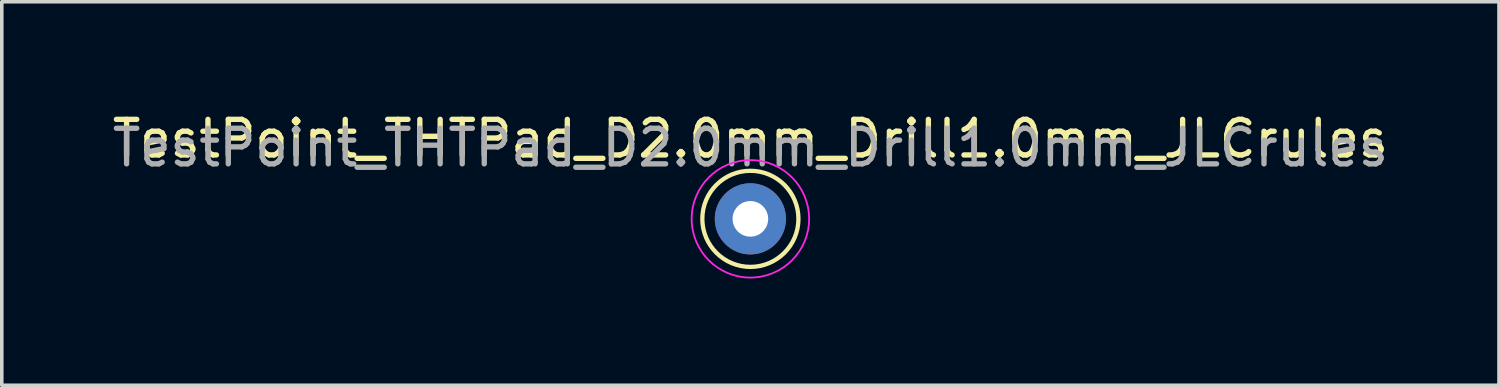
<source format=kicad_pcb>
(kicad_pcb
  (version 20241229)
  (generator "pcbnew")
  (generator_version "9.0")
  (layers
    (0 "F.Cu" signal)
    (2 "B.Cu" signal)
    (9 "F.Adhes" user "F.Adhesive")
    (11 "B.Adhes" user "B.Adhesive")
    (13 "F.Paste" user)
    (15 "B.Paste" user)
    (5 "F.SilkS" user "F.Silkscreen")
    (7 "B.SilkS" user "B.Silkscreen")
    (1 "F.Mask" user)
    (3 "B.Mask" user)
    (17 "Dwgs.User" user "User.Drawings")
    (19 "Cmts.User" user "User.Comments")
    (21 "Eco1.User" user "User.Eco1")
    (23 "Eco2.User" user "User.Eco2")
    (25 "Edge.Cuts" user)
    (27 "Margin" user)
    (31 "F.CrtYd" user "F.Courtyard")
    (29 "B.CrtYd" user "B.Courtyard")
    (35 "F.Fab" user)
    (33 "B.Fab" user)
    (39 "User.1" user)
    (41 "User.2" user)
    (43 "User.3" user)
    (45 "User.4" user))
  (footprint "TestPoint_THTPad_D2.0mm_Drill1.0mm_JLCrules"
    (layer "F.Cu")
    (at 18.03 3.098)
    (property "Reference" "TestPoint_THTPad_D2.0mm_Drill1.0mm_JLCrules" (at 0 -2.25 0) (layer "F.SilkS") (effects (font (size 1 1) (thickness 0.15))))
    (attr exclude_from_pos_files exclude_from_bom)
    (fp_circle (center 0 0) (end 1.35 0) (stroke (width 0.12) (type solid)) (fill no) (layer "F.SilkS"))
    (fp_circle (center 0 0) (end 1.65 0) (stroke (width 0.05) (type solid)) (fill no) (layer "F.CrtYd"))
    (fp_text user "${REFERENCE}" (at 0 -2 0) (layer "F.Fab") (effects (font (size 1 1) (thickness 0.15))))
    (pad "1" thru_hole circle (at 0 0) (size 2 2) (drill 1) (layers "*.Cu" "*.Mask")))
  (gr_rect
    (start -3 -3)
    (end 39.06 7.773)
    (stroke (width 0.1) (type default))
    (fill no)
    (layer "Edge.Cuts")))
</source>
